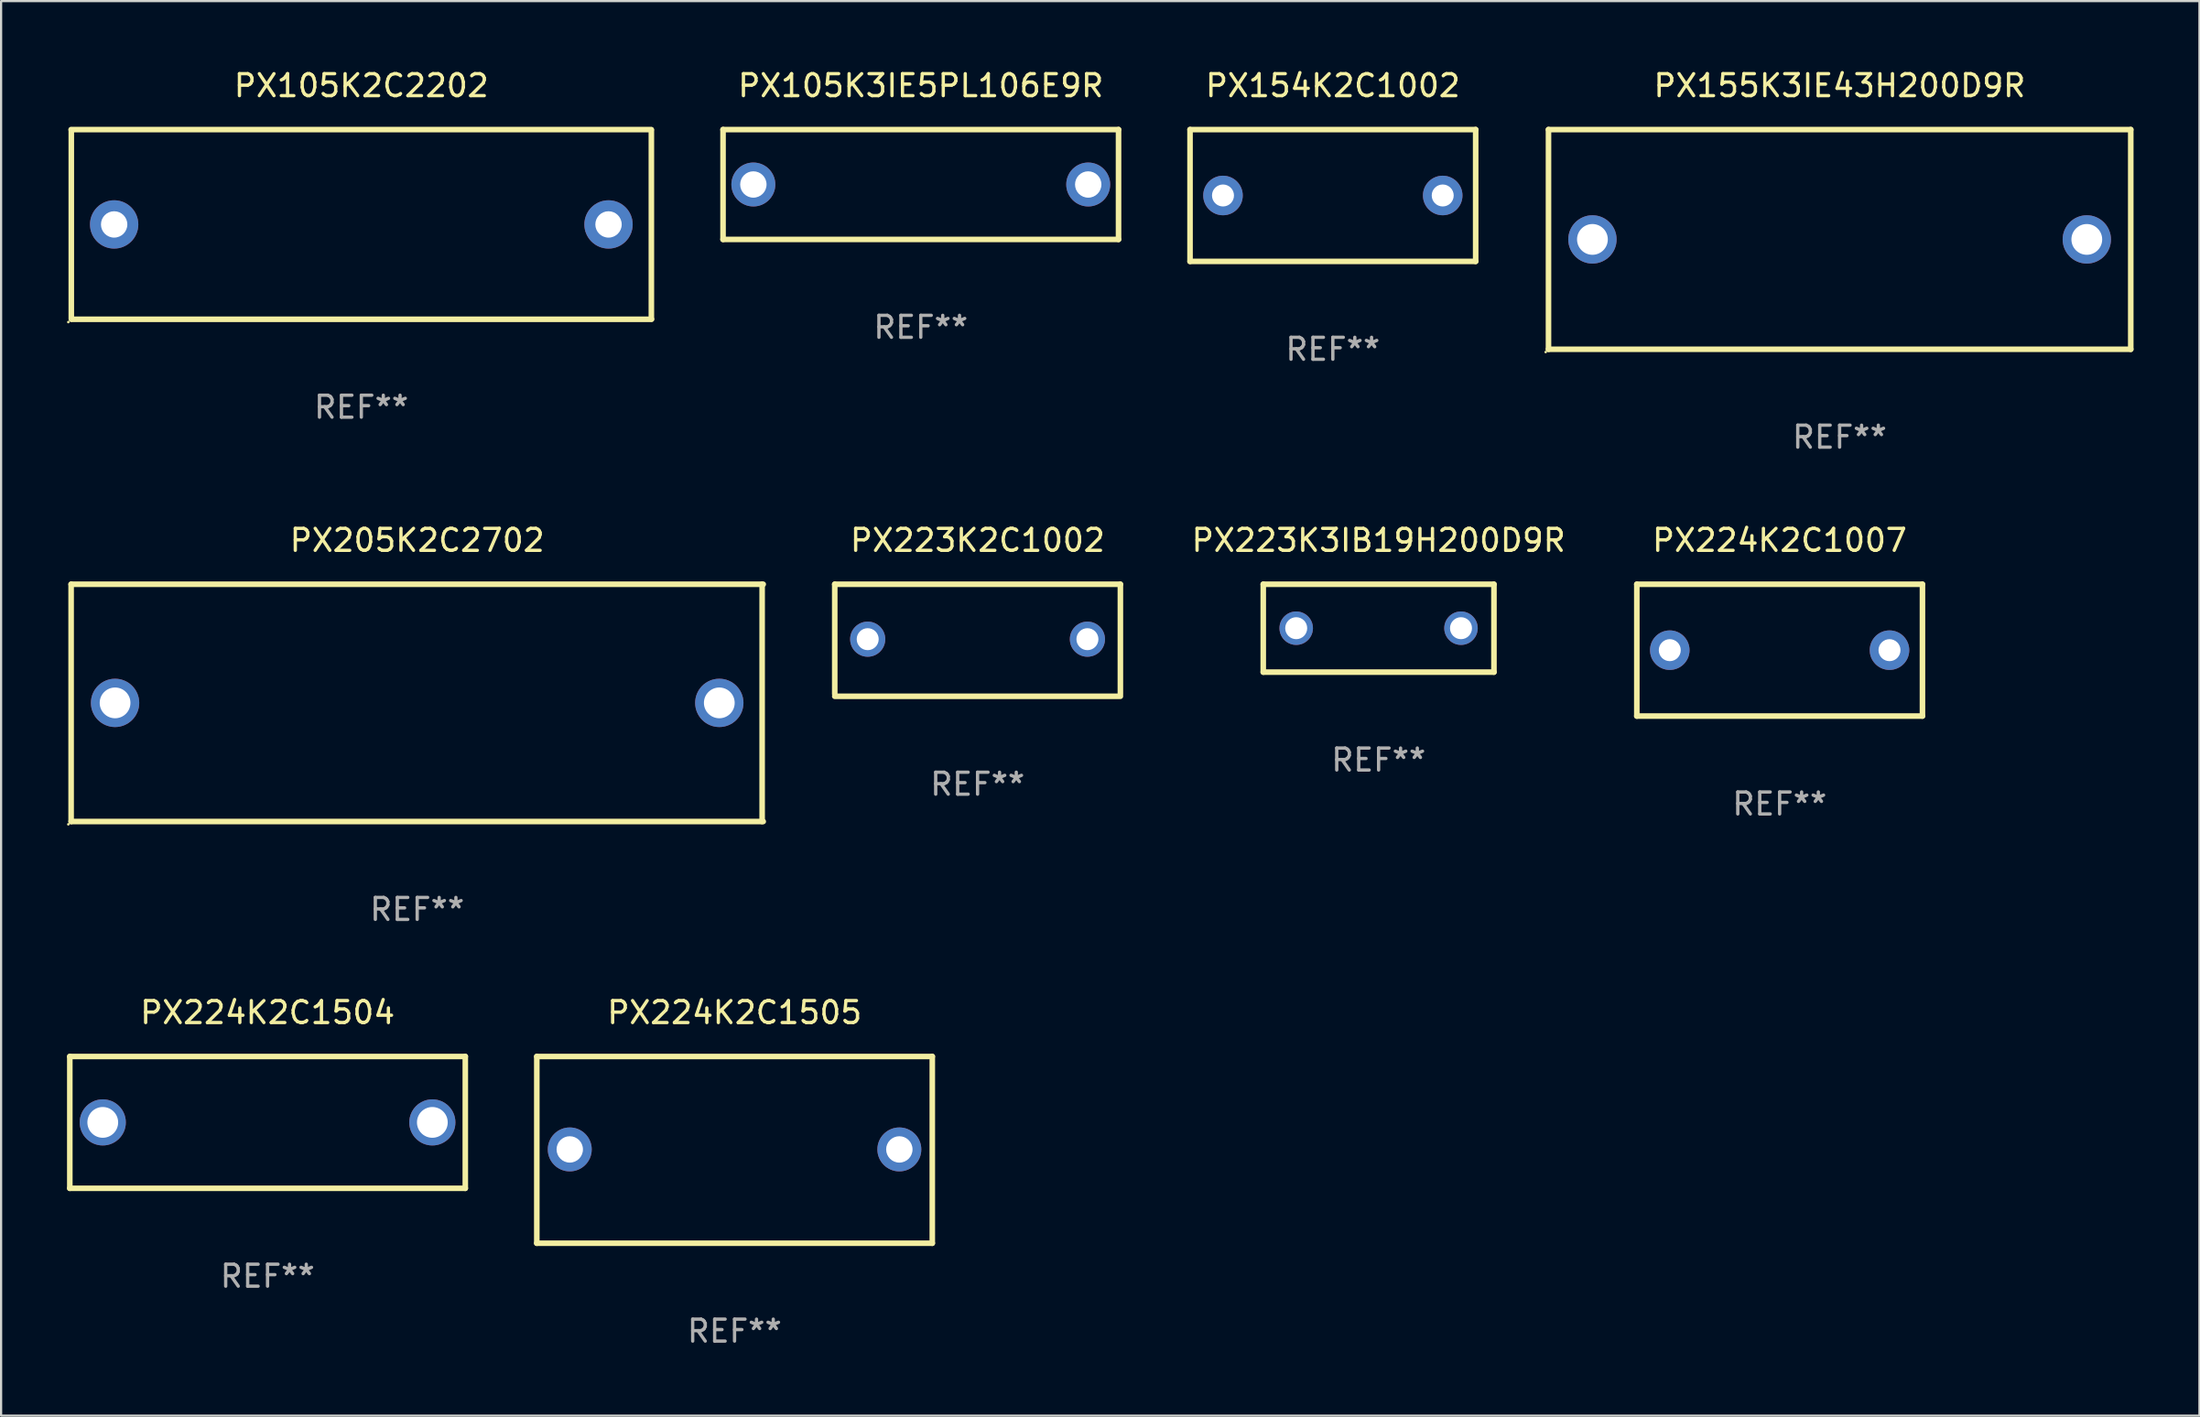
<source format=kicad_pcb>
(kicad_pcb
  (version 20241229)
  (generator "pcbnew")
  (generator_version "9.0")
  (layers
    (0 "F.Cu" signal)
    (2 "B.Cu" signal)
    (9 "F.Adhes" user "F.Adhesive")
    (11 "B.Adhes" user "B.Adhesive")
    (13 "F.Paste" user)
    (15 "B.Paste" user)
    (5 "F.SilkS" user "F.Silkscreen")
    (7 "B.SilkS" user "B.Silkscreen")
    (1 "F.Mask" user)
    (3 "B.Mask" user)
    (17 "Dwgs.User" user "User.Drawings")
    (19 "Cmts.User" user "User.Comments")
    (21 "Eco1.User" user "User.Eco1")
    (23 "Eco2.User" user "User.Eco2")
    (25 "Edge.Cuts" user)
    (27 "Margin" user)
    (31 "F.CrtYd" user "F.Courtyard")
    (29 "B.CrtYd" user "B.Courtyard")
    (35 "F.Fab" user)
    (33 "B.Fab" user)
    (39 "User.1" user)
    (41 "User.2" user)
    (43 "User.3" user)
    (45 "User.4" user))
  (footprint "PX224K2C1007"
    (layer "F.Cu")
    (at 77.945 26.545)
    (property "Reference" "PX224K2C1007" (at 0 -5 0) (layer "F.SilkS") (effects (font (size 1 1) (thickness 0.15))))
    (attr through_hole)
    (fp_line (start -6.5 -3) (end 6.5 -3) (stroke (width 0.254) (type solid)) (layer "F.SilkS"))
    (fp_line (start -6.5 3) (end -6.5 -3) (stroke (width 0.254) (type solid)) (layer "F.SilkS"))
    (fp_line (start 6.5 -3) (end 6.5 3) (stroke (width 0.254) (type solid)) (layer "F.SilkS"))
    (fp_line (start 6.5 3) (end -6.5 3) (stroke (width 0.254) (type solid)) (layer "F.SilkS"))
    (fp_circle (center -6.5 3) (end -6.47 3) (stroke (width 0.06) (type solid)) (fill no) (layer "F.SilkS"))
    (fp_text user "REF**" (at 0 7 0) (layer "F.Fab") (effects (font (size 1 1) (thickness 0.15))))
    (pad "1" thru_hole circle (at -5 0) (size 1.8 1.8) (drill 1) (layers "*.Cu" "*.Mask"))
    (pad "2" thru_hole circle (at 5 0) (size 1.8 1.8) (drill 1) (layers "*.Cu" "*.Mask")))
  (footprint "PX223K2C1002"
    (layer "F.Cu")
    (at 41.441 26.095)
    (property "Reference" "PX223K2C1002" (at 0 -4.55 0) (layer "F.SilkS") (effects (font (size 1 1) (thickness 0.15))))
    (attr through_hole)
    (fp_line (start -6.5 -2.55) (end 6.5 -2.55) (stroke (width 0.254) (type solid)) (layer "F.SilkS"))
    (fp_line (start -6.5 2.45) (end -6.5 -2.55) (stroke (width 0.254) (type solid)) (layer "F.SilkS"))
    (fp_line (start 6.5 -2.55) (end 6.5 2.45) (stroke (width 0.254) (type solid)) (layer "F.SilkS"))
    (fp_line (start 6.5 2.55) (end -6.5 2.55) (stroke (width 0.254) (type solid)) (layer "F.SilkS"))
    (fp_circle (center -6.5 2.45) (end -6.47 2.45) (stroke (width 0.06) (type solid)) (fill no) (layer "F.SilkS"))
    (fp_text user "REF**" (at 0 6.55 0) (layer "F.Fab") (effects (font (size 1 1) (thickness 0.15))))
    (pad "1" thru_hole circle (at -5 -0.05) (size 1.6 1.6) (drill 1) (layers "*.Cu" "*.Mask"))
    (pad "2" thru_hole circle (at 5 -0.05) (size 1.6 1.6) (drill 1) (layers "*.Cu" "*.Mask")))
  (footprint "PX223K3IB19H200D9R"
    (layer "F.Cu")
    (at 59.693 25.545)
    (property "Reference" "PX223K3IB19H200D9R" (at 0 -4 0) (layer "F.SilkS") (effects (font (size 1 1) (thickness 0.15))))
    (attr through_hole)
    (fp_line (start -5.25 -2) (end 5.25 -2) (stroke (width 0.254) (type solid)) (layer "F.SilkS"))
    (fp_line (start -5.25 2) (end -5.25 -2) (stroke (width 0.254) (type solid)) (layer "F.SilkS"))
    (fp_line (start 5.25 -2) (end 5.25 2) (stroke (width 0.254) (type solid)) (layer "F.SilkS"))
    (fp_line (start 5.25 2) (end -5.25 2) (stroke (width 0.254) (type solid)) (layer "F.SilkS"))
    (fp_circle (center -5.25 2) (end -5.22 2) (stroke (width 0.06) (type solid)) (fill no) (layer "F.SilkS"))
    (fp_text user "REF**" (at 0 6 0) (layer "F.Fab") (effects (font (size 1 1) (thickness 0.15))))
    (pad "1" thru_hole circle (at -3.75 0) (size 1.524 1.524) (drill 1) (layers "*.Cu" "*.Mask"))
    (pad "2" thru_hole circle (at 3.75 0) (size 1.524 1.524) (drill 1) (layers "*.Cu" "*.Mask")))
  (footprint "PX155K3IE43H200D9R"
    (layer "F.Cu")
    (at 80.675 7.848)
    (property "Reference" "PX155K3IE43H200D9R" (at 0 -7 0) (layer "F.SilkS") (effects (font (size 1 1) (thickness 0.15))))
    (attr through_hole)
    (fp_line (start -13.25 -5) (end 13.25 -5) (stroke (width 0.254) (type solid)) (layer "F.SilkS"))
    (fp_line (start -13.25 5) (end -13.25 -5) (stroke (width 0.254) (type solid)) (layer "F.SilkS"))
    (fp_line (start 13.25 -5) (end 13.25 5) (stroke (width 0.254) (type solid)) (layer "F.SilkS"))
    (fp_line (start 13.25 5) (end -13.25 5) (stroke (width 0.254) (type solid)) (layer "F.SilkS"))
    (fp_circle (center -13.377 5.127) (end -13.347 5.127) (stroke (width 0.06) (type solid)) (fill no) (layer "F.SilkS"))
    (fp_text user "REF**" (at 0 9 0) (layer "F.Fab") (effects (font (size 1 1) (thickness 0.15))))
    (pad "1" thru_hole circle (at -11.25 0) (size 2.2 2.2) (drill 1.4) (layers "*.Cu" "*.Mask"))
    (pad "2" thru_hole circle (at 11.25 0) (size 2.2 2.2) (drill 1.4) (layers "*.Cu" "*.Mask")))
  (footprint "PX205K2C2702"
    (layer "F.Cu")
    (at 15.937 28.945)
    (property "Reference" "PX205K2C2702" (at 0 -7.4 0) (layer "F.SilkS") (effects (font (size 1 1) (thickness 0.15))))
    (attr through_hole)
    (fp_line (start -15.75 -5.4) (end 15.75 -5.4) (stroke (width 0.254) (type solid)) (layer "F.SilkS"))
    (fp_line (start -15.75 5.4) (end -15.75 -5.4) (stroke (width 0.254) (type solid)) (layer "F.SilkS"))
    (fp_line (start 15.7 -5.4) (end 15.7 5.4) (stroke (width 0.254) (type solid)) (layer "F.SilkS"))
    (fp_line (start 15.75 5.4) (end -15.75 5.4) (stroke (width 0.254) (type solid)) (layer "F.SilkS"))
    (fp_circle (center -15.877 5.527) (end -15.847 5.527) (stroke (width 0.06) (type solid)) (fill no) (layer "F.SilkS"))
    (fp_text user "REF**" (at 0 9.4 0) (layer "F.Fab") (effects (font (size 1 1) (thickness 0.15))))
    (pad "1" thru_hole circle (at -13.75 0) (size 2.2 2.2) (drill 1.4) (layers "*.Cu" "*.Mask"))
    (pad "2" thru_hole circle (at 13.75 0) (size 2.2 2.2) (drill 1.4) (layers "*.Cu" "*.Mask")))
  (footprint "PX154K2C1002"
    (layer "F.Cu")
    (at 57.611 5.848)
    (property "Reference" "PX154K2C1002" (at 0 -5 0) (layer "F.SilkS") (effects (font (size 1 1) (thickness 0.15))))
    (attr through_hole)
    (fp_line (start -6.5 -3) (end 6.5 -3) (stroke (width 0.254) (type solid)) (layer "F.SilkS"))
    (fp_line (start -6.5 3) (end -6.5 -3) (stroke (width 0.254) (type solid)) (layer "F.SilkS"))
    (fp_line (start 6.5 -3) (end 6.5 3) (stroke (width 0.254) (type solid)) (layer "F.SilkS"))
    (fp_line (start 6.5 3) (end -6.5 3) (stroke (width 0.254) (type solid)) (layer "F.SilkS"))
    (fp_circle (center -6.5 3) (end -6.47 3) (stroke (width 0.06) (type solid)) (fill no) (layer "F.SilkS"))
    (fp_text user "REF**" (at 0 7 0) (layer "F.Fab") (effects (font (size 1 1) (thickness 0.15))))
    (pad "1" thru_hole circle (at -5 0) (size 1.8 1.8) (drill 1) (layers "*.Cu" "*.Mask"))
    (pad "2" thru_hole circle (at 5 0) (size 1.8 1.8) (drill 1) (layers "*.Cu" "*.Mask")))
  (footprint "PX105K2C2202"
    (layer "F.Cu")
    (at 13.395 7.166)
    (property "Reference" "PX105K2C2202" (at 0 -6.318 0) (layer "F.SilkS") (effects (font (size 1 1) (thickness 0.15))))
    (attr through_hole)
    (fp_line (start -13.208 -4.318) (end 13.193 -4.318) (stroke (width 0.254) (type solid)) (layer "F.SilkS"))
    (fp_line (start -13.2 4.3) (end -13.2 -4.3) (stroke (width 0.254) (type solid)) (layer "F.SilkS"))
    (fp_line (start 13.2 -4.3) (end 13.2 4.3) (stroke (width 0.254) (type solid)) (layer "F.SilkS"))
    (fp_line (start 13.208 4.318) (end -13.193 4.318) (stroke (width 0.254) (type solid)) (layer "F.SilkS"))
    (fp_circle (center -13.335 4.445) (end -13.305 4.445) (stroke (width 0.06) (type solid)) (fill no) (layer "F.SilkS"))
    (fp_text user "REF**" (at 0 8.318 0) (layer "F.Fab") (effects (font (size 1 1) (thickness 0.15))))
    (pad "1" thru_hole circle (at -11.25 0) (size 2.2 2.2) (drill 1.2) (layers "*.Cu" "*.Mask"))
    (pad "2" thru_hole circle (at 11.25 0) (size 2.2 2.2) (drill 1.2) (layers "*.Cu" "*.Mask")))
  (footprint "PX224K2C1504"
    (layer "F.Cu")
    (at 9.127 48.041)
    (property "Reference" "PX224K2C1504" (at 0 -5 0) (layer "F.SilkS") (effects (font (size 1 1) (thickness 0.15))))
    (attr through_hole)
    (fp_line (start -9 -3) (end 9 -3) (stroke (width 0.254) (type solid)) (layer "F.SilkS"))
    (fp_line (start -9 3) (end -9 -3) (stroke (width 0.254) (type solid)) (layer "F.SilkS"))
    (fp_line (start 9 -3) (end 9 3) (stroke (width 0.254) (type solid)) (layer "F.SilkS"))
    (fp_line (start 9 3) (end -9 3) (stroke (width 0.254) (type solid)) (layer "F.SilkS"))
    (fp_circle (center -9 3) (end -8.97 3) (stroke (width 0.06) (type solid)) (fill no) (layer "F.SilkS"))
    (fp_text user "REF**" (at 0 7 0) (layer "F.Fab") (effects (font (size 1 1) (thickness 0.15))))
    (pad "1" thru_hole circle (at -7.5 0) (size 2.1 2.1) (drill 1.4) (layers "*.Cu" "*.Mask"))
    (pad "2" thru_hole circle (at 7.5 0) (size 2.1 2.1) (drill 1.4) (layers "*.Cu" "*.Mask")))
  (footprint "PX105K3IE5PL106E9R"
    (layer "F.Cu")
    (at 38.857 5.348)
    (property "Reference" "PX105K3IE5PL106E9R" (at 0 -4.5 0) (layer "F.SilkS") (effects (font (size 1 1) (thickness 0.15))))
    (attr through_hole)
    (fp_line (start -9 -2.5) (end 9 -2.5) (stroke (width 0.254) (type solid)) (layer "F.SilkS"))
    (fp_line (start -9 2.5) (end -9 -2.5) (stroke (width 0.254) (type solid)) (layer "F.SilkS"))
    (fp_line (start 9 -2.5) (end 9 2.5) (stroke (width 0.254) (type solid)) (layer "F.SilkS"))
    (fp_line (start 9 2.5) (end -9 2.5) (stroke (width 0.254) (type solid)) (layer "F.SilkS"))
    (fp_circle (center -9 2.5) (end -8.97 2.5) (stroke (width 0.06) (type solid)) (fill no) (layer "F.SilkS"))
    (fp_text user "REF**" (at 0 6.5 0) (layer "F.Fab") (effects (font (size 1 1) (thickness 0.15))))
    (pad "1" thru_hole circle (at -7.62 -0.000127) (size 2 2) (drill 1.2) (layers "*.Cu" "*.Mask"))
    (pad "2" thru_hole circle (at 7.62 -0.000127) (size 2 2) (drill 1.2) (layers "*.Cu" "*.Mask")))
  (footprint "PX224K2C1505"
    (layer "F.Cu")
    (at 30.381 49.291)
    (property "Reference" "PX224K2C1505" (at 0 -6.25 0) (layer "F.SilkS") (effects (font (size 1 1) (thickness 0.15))))
    (attr through_hole)
    (fp_line (start -9 -4.25) (end -9 4.25) (stroke (width 0.254) (type solid)) (layer "F.SilkS"))
    (fp_line (start -9 -4.25) (end 9 -4.25) (stroke (width 0.254) (type solid)) (layer "F.SilkS"))
    (fp_line (start -9 4.25) (end 9 4.25) (stroke (width 0.254) (type solid)) (layer "F.SilkS"))
    (fp_line (start 9 -4.25) (end 9 4.25) (stroke (width 0.254) (type solid)) (layer "F.SilkS"))
    (fp_circle (center -9 4.23) (end -8.97 4.23) (stroke (width 0.06) (type solid)) (fill no) (layer "F.SilkS"))
    (fp_text user "REF**" (at 0 8.25 0) (layer "F.Fab") (effects (font (size 1 1) (thickness 0.15))))
    (pad "1" thru_hole circle (at -7.5 -0.02) (size 2 2) (drill 1.2) (layers "*.Cu" "*.Mask"))
    (pad "2" thru_hole circle (at 7.5 -0.02) (size 2 2) (drill 1.2) (layers "*.Cu" "*.Mask")))
  (gr_rect
    (start -3 -3)
    (end 97.052 61.39)
    (stroke (width 0.1) (type default))
    (fill no)
    (layer "Edge.Cuts")))
</source>
